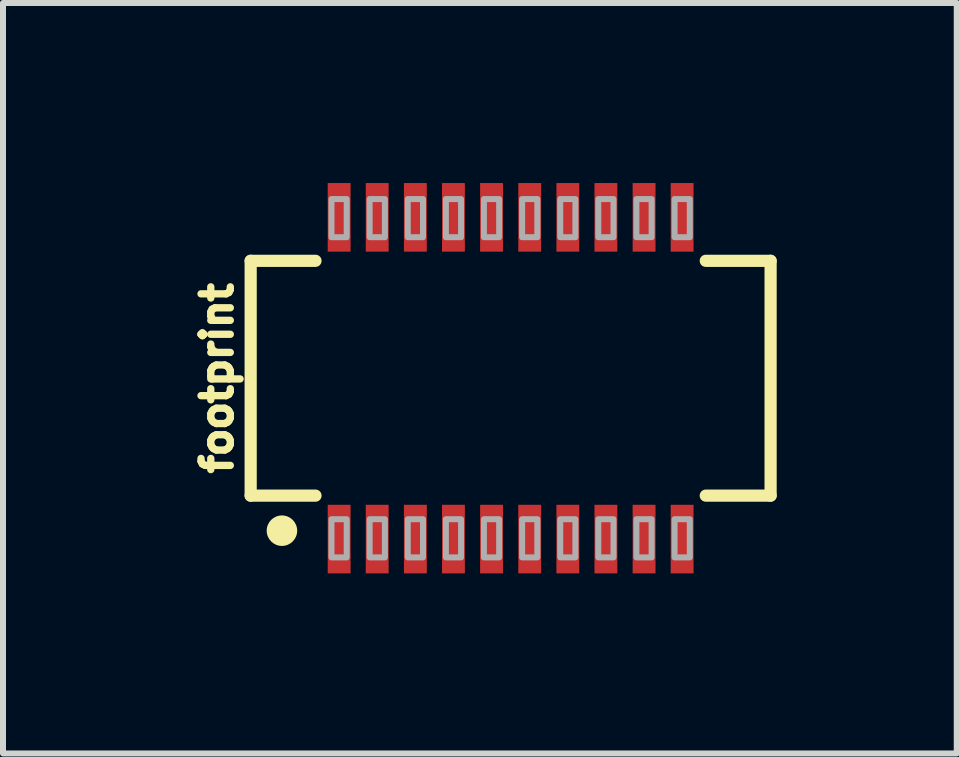
<source format=kicad_pcb>
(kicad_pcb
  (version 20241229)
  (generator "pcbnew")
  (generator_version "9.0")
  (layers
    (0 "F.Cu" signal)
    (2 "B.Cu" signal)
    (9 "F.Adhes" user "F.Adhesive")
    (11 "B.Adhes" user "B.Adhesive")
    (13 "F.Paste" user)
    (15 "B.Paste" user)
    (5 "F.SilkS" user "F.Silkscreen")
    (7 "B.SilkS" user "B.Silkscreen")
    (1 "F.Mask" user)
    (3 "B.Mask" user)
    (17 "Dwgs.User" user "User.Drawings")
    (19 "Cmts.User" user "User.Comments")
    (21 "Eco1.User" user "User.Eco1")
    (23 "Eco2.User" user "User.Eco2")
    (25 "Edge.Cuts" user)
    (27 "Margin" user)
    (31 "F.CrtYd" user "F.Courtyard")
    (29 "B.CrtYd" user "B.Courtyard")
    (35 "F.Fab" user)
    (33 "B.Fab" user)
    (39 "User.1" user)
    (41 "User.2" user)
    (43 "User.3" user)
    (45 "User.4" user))
  (footprint "footprint"
    (layer "F.Cu")
    (at 5.457 3.251)
    (property "Reference" "footprint" (at -4.604 0 90) (layer "F.SilkS") (effects (font (size 0.488 0.488) (thickness 0.122)) (justify bottom)))
    (fp_line (start -4.331 -1.956) (end -4.331 1.956) (stroke (width 0.203) (type solid)) (layer "F.SilkS"))
    (fp_line (start -4.331 -1.956) (end -3.251 -1.956) (stroke (width 0.203) (type solid)) (layer "F.SilkS"))
    (fp_line (start -4.331 1.956) (end -3.251 1.956) (stroke (width 0.203) (type solid)) (layer "F.SilkS"))
    (fp_line (start 3.251 -1.956) (end 4.331 -1.956) (stroke (width 0.203) (type solid)) (layer "F.SilkS"))
    (fp_line (start 3.251 1.956) (end 4.331 1.956) (stroke (width 0.203) (type solid)) (layer "F.SilkS"))
    (fp_line (start 4.331 1.956) (end 4.331 -1.956) (stroke (width 0.203) (type solid)) (layer "F.SilkS"))
    (fp_circle (center -3.81 2.54) (end -3.683 2.54) (stroke (width 0.254) (type solid)) (fill yes) (layer "F.SilkS"))
    (fp_poly (pts (xy -2.985 2.985) (xy -2.731 2.985) (xy -2.731 2.349) (xy -2.985 2.349)) (stroke (width 0.1) (type solid)) (fill no) (layer "F.Fab"))
    (fp_poly (pts (xy -2.731 -2.985) (xy -2.985 -2.985) (xy -2.985 -2.349) (xy -2.731 -2.349)) (stroke (width 0.1) (type solid)) (fill no) (layer "F.Fab"))
    (fp_poly (pts (xy -2.349 2.985) (xy -2.095 2.985) (xy -2.095 2.349) (xy -2.349 2.349)) (stroke (width 0.1) (type solid)) (fill no) (layer "F.Fab"))
    (fp_poly (pts (xy -2.095 -2.985) (xy -2.349 -2.985) (xy -2.349 -2.349) (xy -2.095 -2.349)) (stroke (width 0.1) (type solid)) (fill no) (layer "F.Fab"))
    (fp_poly (pts (xy -1.714 2.985) (xy -1.46 2.985) (xy -1.46 2.349) (xy -1.714 2.349)) (stroke (width 0.1) (type solid)) (fill no) (layer "F.Fab"))
    (fp_poly (pts (xy -1.46 -2.985) (xy -1.714 -2.985) (xy -1.714 -2.349) (xy -1.46 -2.349)) (stroke (width 0.1) (type solid)) (fill no) (layer "F.Fab"))
    (fp_poly (pts (xy -1.079 2.985) (xy -0.826 2.985) (xy -0.826 2.349) (xy -1.079 2.349)) (stroke (width 0.1) (type solid)) (fill no) (layer "F.Fab"))
    (fp_poly (pts (xy -0.826 -2.985) (xy -1.079 -2.985) (xy -1.079 -2.349) (xy -0.826 -2.349)) (stroke (width 0.1) (type solid)) (fill no) (layer "F.Fab"))
    (fp_poly (pts (xy -0.445 2.985) (xy -0.191 2.985) (xy -0.191 2.349) (xy -0.445 2.349)) (stroke (width 0.1) (type solid)) (fill no) (layer "F.Fab"))
    (fp_poly (pts (xy -0.191 -2.985) (xy -0.445 -2.985) (xy -0.445 -2.349) (xy -0.191 -2.349)) (stroke (width 0.1) (type solid)) (fill no) (layer "F.Fab"))
    (fp_poly (pts (xy 0.191 2.985) (xy 0.445 2.985) (xy 0.445 2.349) (xy 0.191 2.349)) (stroke (width 0.1) (type solid)) (fill no) (layer "F.Fab"))
    (fp_poly (pts (xy 0.445 -2.985) (xy 0.191 -2.985) (xy 0.191 -2.349) (xy 0.445 -2.349)) (stroke (width 0.1) (type solid)) (fill no) (layer "F.Fab"))
    (fp_poly (pts (xy 0.826 2.985) (xy 1.079 2.985) (xy 1.079 2.349) (xy 0.826 2.349)) (stroke (width 0.1) (type solid)) (fill no) (layer "F.Fab"))
    (fp_poly (pts (xy 1.079 -2.985) (xy 0.826 -2.985) (xy 0.826 -2.349) (xy 1.079 -2.349)) (stroke (width 0.1) (type solid)) (fill no) (layer "F.Fab"))
    (fp_poly (pts (xy 1.46 2.985) (xy 1.714 2.985) (xy 1.714 2.349) (xy 1.46 2.349)) (stroke (width 0.1) (type solid)) (fill no) (layer "F.Fab"))
    (fp_poly (pts (xy 1.714 -2.985) (xy 1.46 -2.985) (xy 1.46 -2.349) (xy 1.714 -2.349)) (stroke (width 0.1) (type solid)) (fill no) (layer "F.Fab"))
    (fp_poly (pts (xy 2.095 2.985) (xy 2.349 2.985) (xy 2.349 2.349) (xy 2.095 2.349)) (stroke (width 0.1) (type solid)) (fill no) (layer "F.Fab"))
    (fp_poly (pts (xy 2.349 -2.985) (xy 2.095 -2.985) (xy 2.095 -2.349) (xy 2.349 -2.349)) (stroke (width 0.1) (type solid)) (fill no) (layer "F.Fab"))
    (fp_poly (pts (xy 2.731 2.985) (xy 2.985 2.985) (xy 2.985 2.349) (xy 2.731 2.349)) (stroke (width 0.1) (type solid)) (fill no) (layer "F.Fab"))
    (fp_poly (pts (xy 2.985 -2.985) (xy 2.731 -2.985) (xy 2.731 -2.349) (xy 2.985 -2.349)) (stroke (width 0.1) (type solid)) (fill no) (layer "F.Fab"))
    (pad "1" smd rect (at -2.857 2.68 180) (size 0.381 1.143) (layers "F.Cu" "F.Mask" "F.Paste"))
    (pad "2" smd rect (at -2.223 2.68 180) (size 0.381 1.143) (layers "F.Cu" "F.Mask" "F.Paste"))
    (pad "3" smd rect (at -1.587 2.68 180) (size 0.381 1.143) (layers "F.Cu" "F.Mask" "F.Paste"))
    (pad "4" smd rect (at -0.953 2.68 180) (size 0.381 1.143) (layers "F.Cu" "F.Mask" "F.Paste"))
    (pad "5" smd rect (at -0.318 2.68 180) (size 0.381 1.143) (layers "F.Cu" "F.Mask" "F.Paste"))
    (pad "6" smd rect (at 0.318 2.68 180) (size 0.381 1.143) (layers "F.Cu" "F.Mask" "F.Paste"))
    (pad "7" smd rect (at 0.953 2.68 180) (size 0.381 1.143) (layers "F.Cu" "F.Mask" "F.Paste"))
    (pad "8" smd rect (at 1.587 2.68 180) (size 0.381 1.143) (layers "F.Cu" "F.Mask" "F.Paste"))
    (pad "9" smd rect (at 2.223 2.68 180) (size 0.381 1.143) (layers "F.Cu" "F.Mask" "F.Paste"))
    (pad "10" smd rect (at 2.857 2.68 180) (size 0.381 1.143) (layers "F.Cu" "F.Mask" "F.Paste"))
    (pad "11" smd rect (at 2.857 -2.68) (size 0.381 1.143) (layers "F.Cu" "F.Mask" "F.Paste"))
    (pad "12" smd rect (at 2.223 -2.68) (size 0.381 1.143) (layers "F.Cu" "F.Mask" "F.Paste"))
    (pad "13" smd rect (at 1.587 -2.68) (size 0.381 1.143) (layers "F.Cu" "F.Mask" "F.Paste"))
    (pad "14" smd rect (at 0.953 -2.68) (size 0.381 1.143) (layers "F.Cu" "F.Mask" "F.Paste"))
    (pad "15" smd rect (at 0.318 -2.68) (size 0.381 1.143) (layers "F.Cu" "F.Mask" "F.Paste"))
    (pad "16" smd rect (at -0.318 -2.68) (size 0.381 1.143) (layers "F.Cu" "F.Mask" "F.Paste"))
    (pad "17" smd rect (at -0.953 -2.68) (size 0.381 1.143) (layers "F.Cu" "F.Mask" "F.Paste"))
    (pad "18" smd rect (at -1.587 -2.68) (size 0.381 1.143) (layers "F.Cu" "F.Mask" "F.Paste"))
    (pad "19" smd rect (at -2.223 -2.68) (size 0.381 1.143) (layers "F.Cu" "F.Mask" "F.Paste"))
    (pad "20" smd rect (at -2.857 -2.68) (size 0.381 1.143) (layers "F.Cu" "F.Mask" "F.Paste")))
  (gr_rect
    (start -3 -3)
    (end 12.889 9.502)
    (stroke (width 0.1) (type default))
    (fill no)
    (layer "Edge.Cuts")))
</source>
